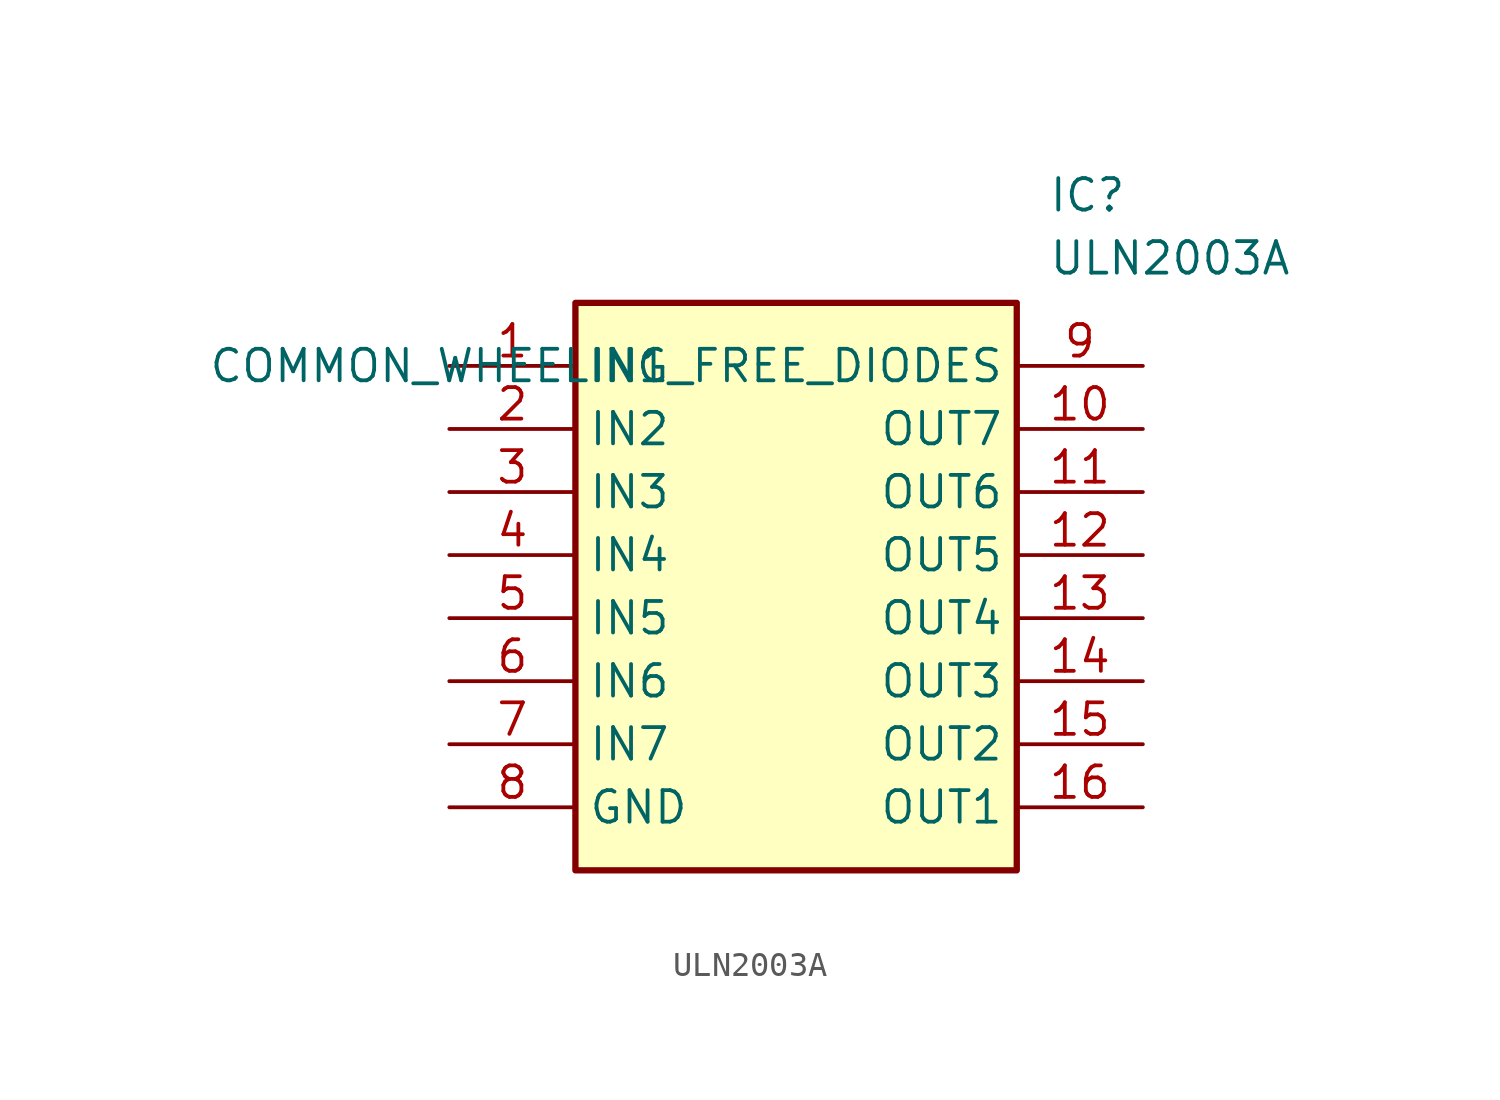
<source format=kicad_sym>
(kicad_symbol_lib
  (version 20211014)
  (generator SamacSys_ECAD_Model)
  (symbol "ULN2003A"
    (property "Reference" "IC"
      (at 24.13 7.62 0)
      (effects (font (size 1.27 1.27)) (justify left top)))
    (property "Value" "ULN2003A"
      (at 24.13 5.08 0)
      (effects (font (size 1.27 1.27)) (justify left top)))
    (rectangle
      (start 5.08 2.54)
      (end 22.86 -20.32)
      (stroke (width 0.254) (type default))
      (fill (type background)))
    (pin passive line
      (at 0 0 0)
      (length 5.08)
      (name "IN1" (effects (font (size 1.27 1.27))))
      (number "1" (effects (font (size 1.27 1.27)))))
    (pin passive line
      (at 0 -2.54 0)
      (length 5.08)
      (name "IN2" (effects (font (size 1.27 1.27))))
      (number "2" (effects (font (size 1.27 1.27)))))
    (pin passive line
      (at 0 -5.08 0)
      (length 5.08)
      (name "IN3" (effects (font (size 1.27 1.27))))
      (number "3" (effects (font (size 1.27 1.27)))))
    (pin passive line
      (at 0 -7.62 0)
      (length 5.08)
      (name "IN4" (effects (font (size 1.27 1.27))))
      (number "4" (effects (font (size 1.27 1.27)))))
    (pin passive line
      (at 0 -10.16 0)
      (length 5.08)
      (name "IN5" (effects (font (size 1.27 1.27))))
      (number "5" (effects (font (size 1.27 1.27)))))
    (pin passive line
      (at 0 -12.7 0)
      (length 5.08)
      (name "IN6" (effects (font (size 1.27 1.27))))
      (number "6" (effects (font (size 1.27 1.27)))))
    (pin passive line
      (at 0 -15.24 0)
      (length 5.08)
      (name "IN7" (effects (font (size 1.27 1.27))))
      (number "7" (effects (font (size 1.27 1.27)))))
    (pin passive line
      (at 0 -17.78 0)
      (length 5.08)
      (name "GND" (effects (font (size 1.27 1.27))))
      (number "8" (effects (font (size 1.27 1.27)))))
    (pin passive line
      (at 27.94 0 180)
      (length 5.08)
      (name "COMMON_WHEELING_FREE_DIODES" (effects (font (size 1.27 1.27))))
      (number "9" (effects (font (size 1.27 1.27)))))
    (pin passive line
      (at 27.94 -2.54 180)
      (length 5.08)
      (name "OUT7" (effects (font (size 1.27 1.27))))
      (number "10" (effects (font (size 1.27 1.27)))))
    (pin passive line
      (at 27.94 -5.08 180)
      (length 5.08)
      (name "OUT6" (effects (font (size 1.27 1.27))))
      (number "11" (effects (font (size 1.27 1.27)))))
    (pin passive line
      (at 27.94 -7.62 180)
      (length 5.08)
      (name "OUT5" (effects (font (size 1.27 1.27))))
      (number "12" (effects (font (size 1.27 1.27)))))
    (pin passive line
      (at 27.94 -10.16 180)
      (length 5.08)
      (name "OUT4" (effects (font (size 1.27 1.27))))
      (number "13" (effects (font (size 1.27 1.27)))))
    (pin passive line
      (at 27.94 -12.7 180)
      (length 5.08)
      (name "OUT3" (effects (font (size 1.27 1.27))))
      (number "14" (effects (font (size 1.27 1.27)))))
    (pin passive line
      (at 27.94 -15.24 180)
      (length 5.08)
      (name "OUT2" (effects (font (size 1.27 1.27))))
      (number "15" (effects (font (size 1.27 1.27)))))
    (pin passive line
      (at 27.94 -17.78 180)
      (length 5.08)
      (name "OUT1" (effects (font (size 1.27 1.27))))
      (number "16" (effects (font (size 1.27 1.27)))))))
</source>
